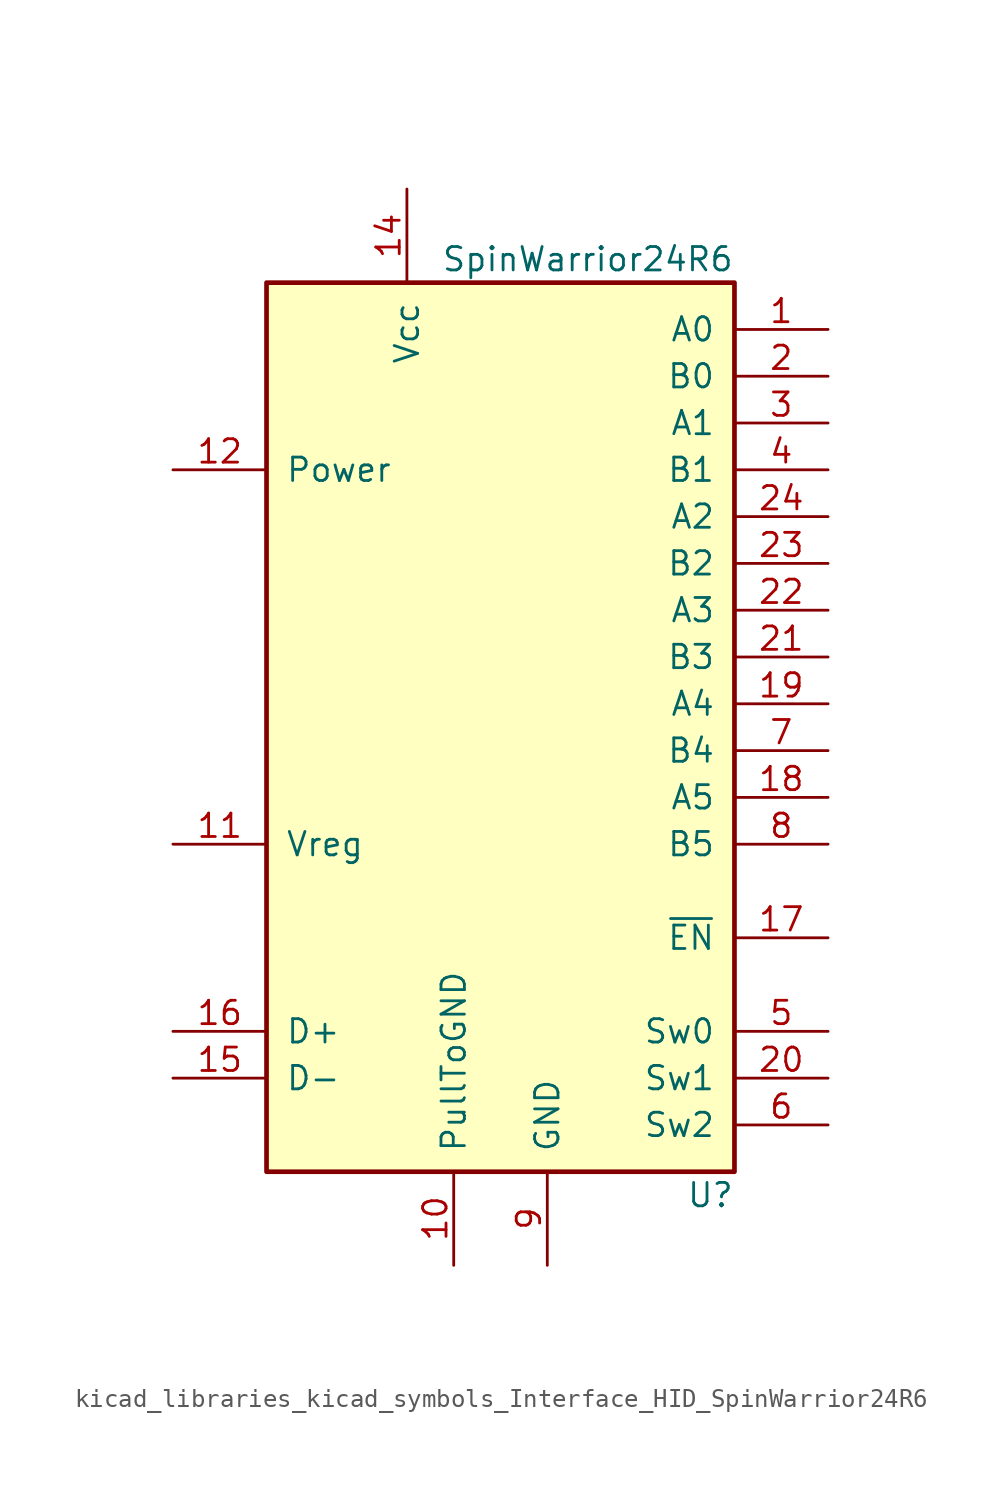
<source format=kicad_sym>
(kicad_symbol_lib
  (version 20220914)
  (generator kicad_symbol_editor)
  (symbol "kicad_libraries_kicad_symbols_Interface_HID_SpinWarrior24R6"
    (pin_names
      (offset 1.016))
    (property "Reference" "U"
      (at 12.7 -24.13 0)
      (effects (font (size 1.27 1.27)) (justify right)))
    (property "Value" "SpinWarrior24R6"
      (at 12.7 26.67 0)
      (effects (font (size 1.27 1.27)) (justify right)))
    (symbol "kicad_libraries_kicad_symbols_Interface_HID_SpinWarrior24R6_1_1"
      (rectangle (start -12.7 25.4) (end 12.7 -22.86) (stroke (width 0.254) (type default)) (fill (type background)))
      (pin input line (at 17.78 22.86 180) (length 5.08) (name "A0" (effects (font (size 1.27 1.27)))) (number "1" (effects (font (size 1.27 1.27)))))
      (pin input line (at -2.54 -27.94 90) (length 5.08) (name "PullToGND" (effects (font (size 1.27 1.27)))) (number "10" (effects (font (size 1.27 1.27)))))
      (pin power_out line (at -17.78 -5.08 0) (length 5.08) (name "Vreg" (effects (font (size 1.27 1.27)))) (number "11" (effects (font (size 1.27 1.27)))))
      (pin input line (at -17.78 15.24 0) (length 5.08) (name "Power" (effects (font (size 1.27 1.27)))) (number "12" (effects (font (size 1.27 1.27)))))
      (pin no_connect line (at -12.7 22.86 0) (length 5.08) hide (name "NC" (effects (font (size 1.27 1.27)))) (number "13" (effects (font (size 1.27 1.27)))))
      (pin power_in line (at -5.08 30.48 270) (length 5.08) (name "Vcc" (effects (font (size 1.27 1.27)))) (number "14" (effects (font (size 1.27 1.27)))))
      (pin bidirectional line (at -17.78 -17.78 0) (length 5.08) (name "D-" (effects (font (size 1.27 1.27)))) (number "15" (effects (font (size 1.27 1.27)))))
      (pin bidirectional line (at -17.78 -15.24 0) (length 5.08) (name "D+" (effects (font (size 1.27 1.27)))) (number "16" (effects (font (size 1.27 1.27)))))
      (pin open_collector line (at 17.78 -10.16 180) (length 5.08) (name "~{EN}" (effects (font (size 1.27 1.27)))) (number "17" (effects (font (size 1.27 1.27)))))
      (pin input line (at 17.78 -2.54 180) (length 5.08) (name "A5" (effects (font (size 1.27 1.27)))) (number "18" (effects (font (size 1.27 1.27)))))
      (pin input line (at 17.78 2.54 180) (length 5.08) (name "A4" (effects (font (size 1.27 1.27)))) (number "19" (effects (font (size 1.27 1.27)))))
      (pin input line (at 17.78 20.32 180) (length 5.08) (name "B0" (effects (font (size 1.27 1.27)))) (number "2" (effects (font (size 1.27 1.27)))))
      (pin input line (at 17.78 -17.78 180) (length 5.08) (name "Sw1" (effects (font (size 1.27 1.27)))) (number "20" (effects (font (size 1.27 1.27)))))
      (pin input line (at 17.78 5.08 180) (length 5.08) (name "B3" (effects (font (size 1.27 1.27)))) (number "21" (effects (font (size 1.27 1.27)))))
      (pin input line (at 17.78 7.62 180) (length 5.08) (name "A3" (effects (font (size 1.27 1.27)))) (number "22" (effects (font (size 1.27 1.27)))))
      (pin input line (at 17.78 10.16 180) (length 5.08) (name "B2" (effects (font (size 1.27 1.27)))) (number "23" (effects (font (size 1.27 1.27)))))
      (pin input line (at 17.78 12.7 180) (length 5.08) (name "A2" (effects (font (size 1.27 1.27)))) (number "24" (effects (font (size 1.27 1.27)))))
      (pin input line (at 17.78 17.78 180) (length 5.08) (name "A1" (effects (font (size 1.27 1.27)))) (number "3" (effects (font (size 1.27 1.27)))))
      (pin input line (at 17.78 15.24 180) (length 5.08) (name "B1" (effects (font (size 1.27 1.27)))) (number "4" (effects (font (size 1.27 1.27)))))
      (pin input line (at 17.78 -15.24 180) (length 5.08) (name "Sw0" (effects (font (size 1.27 1.27)))) (number "5" (effects (font (size 1.27 1.27)))))
      (pin input line (at 17.78 -20.32 180) (length 5.08) (name "Sw2" (effects (font (size 1.27 1.27)))) (number "6" (effects (font (size 1.27 1.27)))))
      (pin input line (at 17.78 0 180) (length 5.08) (name "B4" (effects (font (size 1.27 1.27)))) (number "7" (effects (font (size 1.27 1.27)))))
      (pin input line (at 17.78 -5.08 180) (length 5.08) (name "B5" (effects (font (size 1.27 1.27)))) (number "8" (effects (font (size 1.27 1.27)))))
      (pin power_in line (at 2.54 -27.94 90) (length 5.08) (name "GND" (effects (font (size 1.27 1.27)))) (number "9" (effects (font (size 1.27 1.27))))))))
</source>
